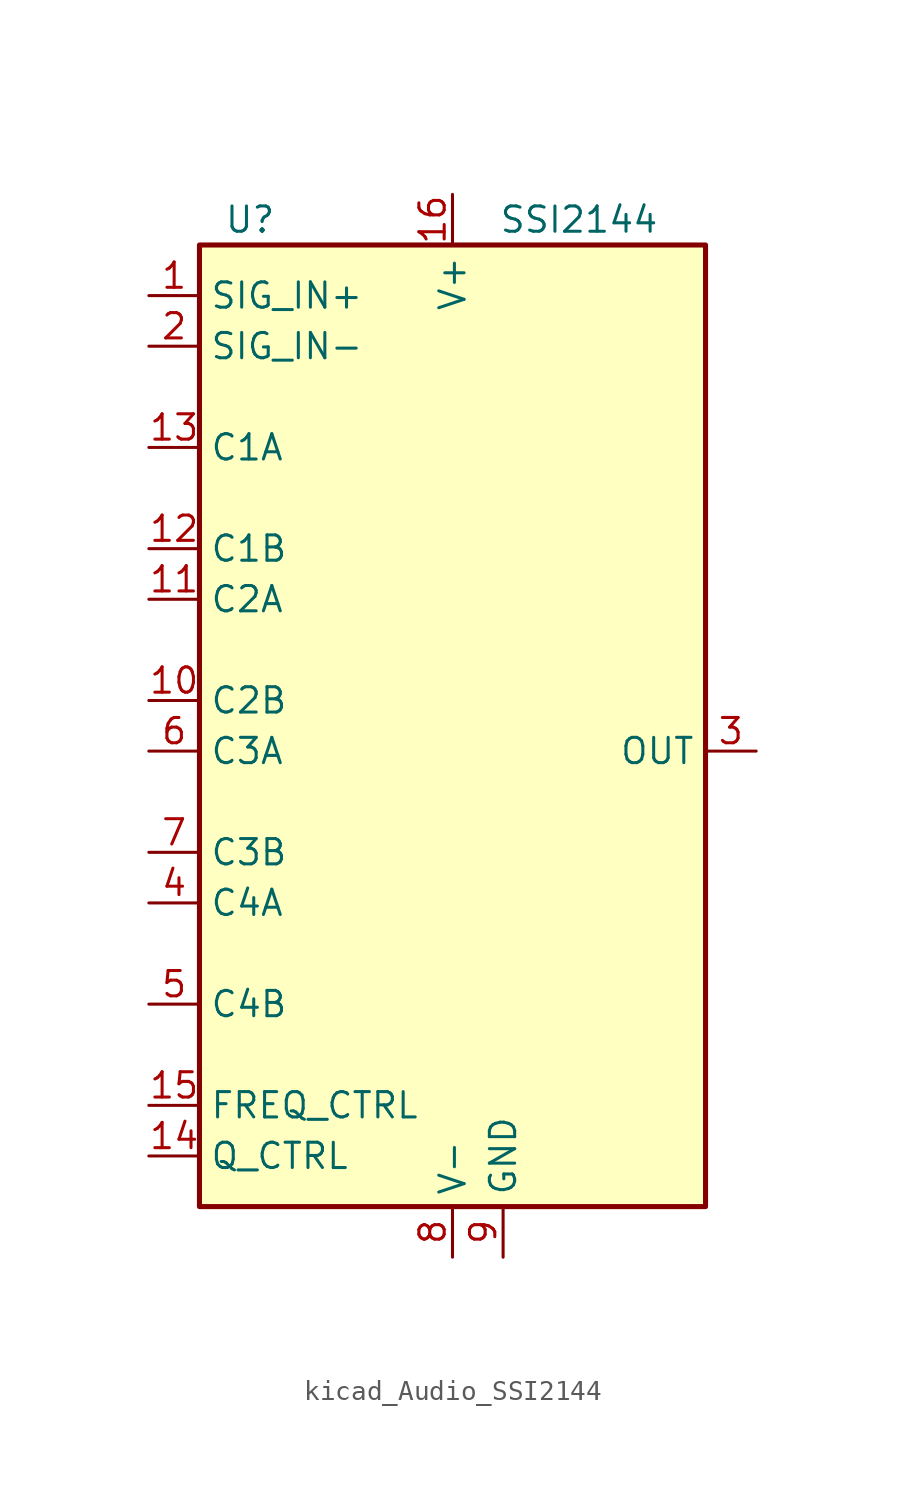
<source format=kicad_sym>
(kicad_symbol_lib
  (version 20220914)
  (generator kicad_symbol_editor)
  (symbol "kicad_Audio_SSI2144"
    (property "Reference" "U"
      (at -10.16 26.67 0)
      (effects (font (size 1.27 1.27))))
    (property "Value" "SSI2144"
      (at 6.35 26.67 0)
      (effects (font (size 1.27 1.27))))
    (symbol "kicad_Audio_SSI2144_0_1"
      (rectangle (start -12.7 25.4) (end 12.7 -22.86) (stroke (width 0.254) (type default)) (fill (type background))))
    (symbol "kicad_Audio_SSI2144_1_1"
      (pin input line (at -15.24 22.86 0) (length 2.54) (name "SIG_IN+" (effects (font (size 1.27 1.27)))) (number "1" (effects (font (size 1.27 1.27)))))
      (pin passive line (at -15.24 2.54 0) (length 2.54) (name "C2B" (effects (font (size 1.27 1.27)))) (number "10" (effects (font (size 1.27 1.27)))))
      (pin passive line (at -15.24 7.62 0) (length 2.54) (name "C2A" (effects (font (size 1.27 1.27)))) (number "11" (effects (font (size 1.27 1.27)))))
      (pin passive line (at -15.24 10.16 0) (length 2.54) (name "C1B" (effects (font (size 1.27 1.27)))) (number "12" (effects (font (size 1.27 1.27)))))
      (pin passive line (at -15.24 15.24 0) (length 2.54) (name "C1A" (effects (font (size 1.27 1.27)))) (number "13" (effects (font (size 1.27 1.27)))))
      (pin passive line (at -15.24 -20.32 0) (length 2.54) (name "Q_CTRL" (effects (font (size 1.27 1.27)))) (number "14" (effects (font (size 1.27 1.27)))))
      (pin passive line (at -15.24 -17.78 0) (length 2.54) (name "FREQ_CTRL" (effects (font (size 1.27 1.27)))) (number "15" (effects (font (size 1.27 1.27)))))
      (pin power_in line (at 0 27.94 270) (length 2.54) (name "V+" (effects (font (size 1.27 1.27)))) (number "16" (effects (font (size 1.27 1.27)))))
      (pin input line (at -15.24 20.32 0) (length 2.54) (name "SIG_IN-" (effects (font (size 1.27 1.27)))) (number "2" (effects (font (size 1.27 1.27)))))
      (pin output line (at 15.24 0 180) (length 2.54) (name "OUT" (effects (font (size 1.27 1.27)))) (number "3" (effects (font (size 1.27 1.27)))))
      (pin passive line (at -15.24 -7.62 0) (length 2.54) (name "C4A" (effects (font (size 1.27 1.27)))) (number "4" (effects (font (size 1.27 1.27)))))
      (pin passive line (at -15.24 -12.7 0) (length 2.54) (name "C4B" (effects (font (size 1.27 1.27)))) (number "5" (effects (font (size 1.27 1.27)))))
      (pin passive line (at -15.24 0 0) (length 2.54) (name "C3A" (effects (font (size 1.27 1.27)))) (number "6" (effects (font (size 1.27 1.27)))))
      (pin passive line (at -15.24 -5.08 0) (length 2.54) (name "C3B" (effects (font (size 1.27 1.27)))) (number "7" (effects (font (size 1.27 1.27)))))
      (pin power_in line (at 0 -25.4 90) (length 2.54) (name "V-" (effects (font (size 1.27 1.27)))) (number "8" (effects (font (size 1.27 1.27)))))
      (pin power_in line (at 2.54 -25.4 90) (length 2.54) (name "GND" (effects (font (size 1.27 1.27)))) (number "9" (effects (font (size 1.27 1.27))))))))
</source>
